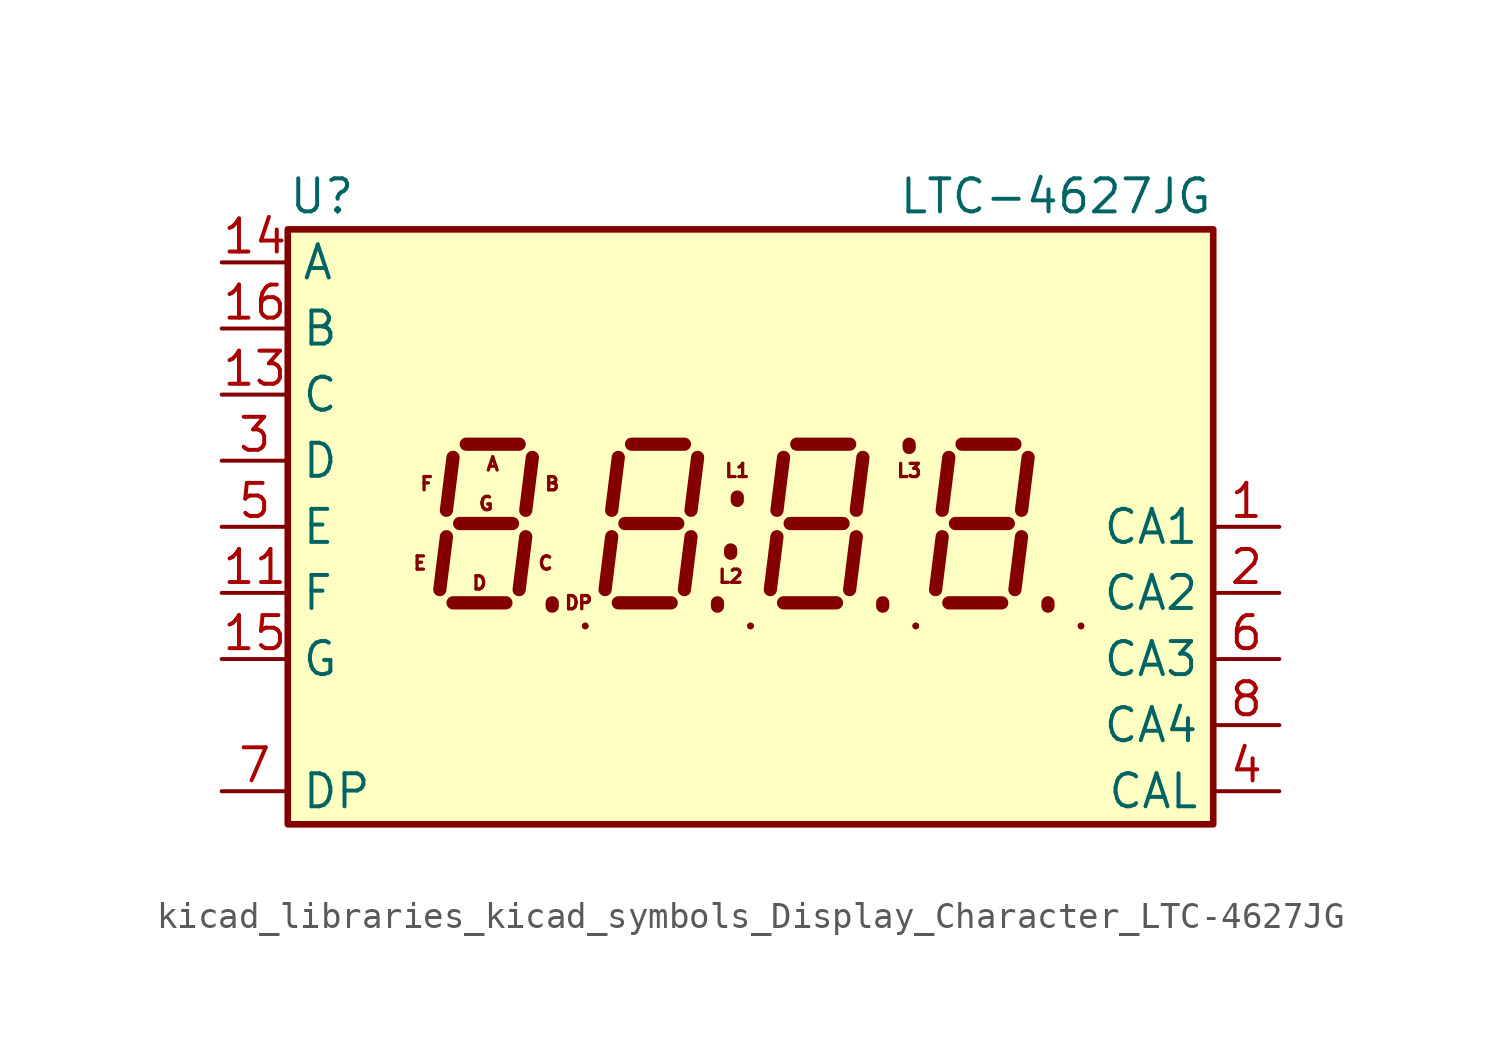
<source format=kicad_sym>
(kicad_symbol_lib
  (version 20220914)
  (generator kicad_symbol_editor)
  (symbol "kicad_libraries_kicad_symbols_Display_Character_LTC-4627JG"
    (property "Reference" "U"
      (at -17.78 12.7 0)
      (effects (font (size 1.27 1.27)) (justify left)))
    (property "Value" "LTC-4627JG"
      (at 17.78 12.7 0)
      (effects (font (size 1.27 1.27)) (justify right)))
    (symbol "kicad_libraries_kicad_symbols_Display_Character_LTC-4627JG_0_1"
      (rectangle (start -17.78 -11.43) (end 17.78 11.43) (stroke (width 0.254) (type default)) (fill (type background)))
      (rectangle (start -6.35 -3.81) (end -6.35 -3.81) (stroke (width 0.254) (type default)) (fill (type none)))
      (rectangle (start 0 -3.81) (end 0 -3.81) (stroke (width 0.254) (type default)) (fill (type none)))
      (polyline (pts (xy -6.35 -3.81) (xy -6.35 -3.81)) (stroke (width 0.254) (type default)) (fill (type none)))
      (polyline (pts (xy 0 -3.81) (xy 0 -3.81)) (stroke (width 0.254) (type default)) (fill (type none)))
      (polyline (pts (xy 6.35 -3.81) (xy 6.35 -3.81)) (stroke (width 0.254) (type default)) (fill (type none)))
      (polyline (pts (xy 12.7 -3.81) (xy 12.7 -3.81)) (stroke (width 0.254) (type default)) (fill (type none)))
      (rectangle (start 6.35 -3.81) (end 6.35 -3.81) (stroke (width 0.254) (type default)) (fill (type none)))
      (rectangle (start 12.7 -3.81) (end 12.7 -3.81) (stroke (width 0.254) (type default)) (fill (type none))))
    (symbol "kicad_libraries_kicad_symbols_Display_Character_LTC-4627JG_1_0"
      (text "A" (at -9.906 2.413 0) (effects (font (size 0.508 0.508))))
      (text "B" (at -7.62 1.651 0) (effects (font (size 0.508 0.508))))
      (text "C" (at -7.874 -1.397 0) (effects (font (size 0.508 0.508))))
      (text "D" (at -10.414 -2.159 0) (effects (font (size 0.508 0.508))))
      (text "DP" (at -6.604 -2.921 0) (effects (font (size 0.508 0.508))))
      (text "E" (at -12.7 -1.397 0) (effects (font (size 0.508 0.508))))
      (text "F" (at -12.446 1.651 0) (effects (font (size 0.508 0.508))))
      (text "G" (at -10.16 0.889 0) (effects (font (size 0.508 0.508))))
      (text "L1" (at -0.508 2.159 0) (effects (font (size 0.508 0.508))))
      (text "L2" (at -0.762 -1.905 0) (effects (font (size 0.508 0.508))))
      (text "L3" (at 6.096 2.159 0) (effects (font (size 0.508 0.508)))))
    (symbol "kicad_libraries_kicad_symbols_Display_Character_LTC-4627JG_1_1"
      (polyline (pts (xy -11.684 -0.381) (xy -11.938 -2.413)) (stroke (width 0.508) (type default)) (fill (type none)))
      (polyline (pts (xy -11.43 -2.921) (xy -9.398 -2.921)) (stroke (width 0.508) (type default)) (fill (type none)))
      (polyline (pts (xy -11.43 2.667) (xy -11.684 0.635)) (stroke (width 0.508) (type default)) (fill (type none)))
      (polyline (pts (xy -11.176 0.127) (xy -9.144 0.127)) (stroke (width 0.508) (type default)) (fill (type none)))
      (polyline (pts (xy -10.922 3.175) (xy -8.89 3.175)) (stroke (width 0.508) (type default)) (fill (type none)))
      (polyline (pts (xy -8.636 -0.381) (xy -8.89 -2.413)) (stroke (width 0.508) (type default)) (fill (type none)))
      (polyline (pts (xy -8.382 2.667) (xy -8.636 0.635)) (stroke (width 0.508) (type default)) (fill (type none)))
      (polyline (pts (xy -7.62 -3.048) (xy -7.62 -2.921)) (stroke (width 0.508) (type default)) (fill (type none)))
      (polyline (pts (xy -5.334 -0.381) (xy -5.588 -2.413)) (stroke (width 0.508) (type default)) (fill (type none)))
      (polyline (pts (xy -5.08 -2.921) (xy -3.048 -2.921)) (stroke (width 0.508) (type default)) (fill (type none)))
      (polyline (pts (xy -5.08 2.667) (xy -5.334 0.635)) (stroke (width 0.508) (type default)) (fill (type none)))
      (polyline (pts (xy -4.826 0.127) (xy -2.794 0.127)) (stroke (width 0.508) (type default)) (fill (type none)))
      (polyline (pts (xy -4.572 3.175) (xy -2.54 3.175)) (stroke (width 0.508) (type default)) (fill (type none)))
      (polyline (pts (xy -2.286 -0.381) (xy -2.54 -2.413)) (stroke (width 0.508) (type default)) (fill (type none)))
      (polyline (pts (xy -2.032 2.667) (xy -2.286 0.635)) (stroke (width 0.508) (type default)) (fill (type none)))
      (polyline (pts (xy -1.27 -3.048) (xy -1.27 -2.921)) (stroke (width 0.508) (type default)) (fill (type none)))
      (polyline (pts (xy -0.762 -1.016) (xy -0.762 -0.889)) (stroke (width 0.508) (type default)) (fill (type none)))
      (polyline (pts (xy -0.508 1.016) (xy -0.508 1.143)) (stroke (width 0.508) (type default)) (fill (type none)))
      (polyline (pts (xy 1.016 -0.381) (xy 0.762 -2.413)) (stroke (width 0.508) (type default)) (fill (type none)))
      (polyline (pts (xy 1.27 -2.921) (xy 3.302 -2.921)) (stroke (width 0.508) (type default)) (fill (type none)))
      (polyline (pts (xy 1.27 2.667) (xy 1.016 0.635)) (stroke (width 0.508) (type default)) (fill (type none)))
      (polyline (pts (xy 1.524 0.127) (xy 3.556 0.127)) (stroke (width 0.508) (type default)) (fill (type none)))
      (polyline (pts (xy 1.778 3.175) (xy 3.81 3.175)) (stroke (width 0.508) (type default)) (fill (type none)))
      (polyline (pts (xy 4.064 -0.381) (xy 3.81 -2.413)) (stroke (width 0.508) (type default)) (fill (type none)))
      (polyline (pts (xy 4.318 2.667) (xy 4.064 0.635)) (stroke (width 0.508) (type default)) (fill (type none)))
      (polyline (pts (xy 5.08 -3.048) (xy 5.08 -2.921)) (stroke (width 0.508) (type default)) (fill (type none)))
      (polyline (pts (xy 6.096 3.048) (xy 6.096 3.175)) (stroke (width 0.508) (type default)) (fill (type none)))
      (polyline (pts (xy 7.366 -0.381) (xy 7.112 -2.413)) (stroke (width 0.508) (type default)) (fill (type none)))
      (polyline (pts (xy 7.62 -2.921) (xy 9.652 -2.921)) (stroke (width 0.508) (type default)) (fill (type none)))
      (polyline (pts (xy 7.62 2.667) (xy 7.366 0.635)) (stroke (width 0.508) (type default)) (fill (type none)))
      (polyline (pts (xy 7.874 0.127) (xy 9.906 0.127)) (stroke (width 0.508) (type default)) (fill (type none)))
      (polyline (pts (xy 8.128 3.175) (xy 10.16 3.175)) (stroke (width 0.508) (type default)) (fill (type none)))
      (polyline (pts (xy 10.414 -0.381) (xy 10.16 -2.413)) (stroke (width 0.508) (type default)) (fill (type none)))
      (polyline (pts (xy 10.668 2.667) (xy 10.414 0.635)) (stroke (width 0.508) (type default)) (fill (type none)))
      (polyline (pts (xy 11.43 -3.048) (xy 11.43 -2.921)) (stroke (width 0.508) (type default)) (fill (type none)))
      (pin input line (at 20.32 0 180) (length 2.54) (name "CA1" (effects (font (size 1.27 1.27)))) (number "1" (effects (font (size 1.27 1.27)))))
      (pin input line (at -20.32 -2.54 0) (length 2.54) (name "F" (effects (font (size 1.27 1.27)))) (number "11" (effects (font (size 1.27 1.27)))))
      (pin input line (at -20.32 5.08 0) (length 2.54) (name "C" (effects (font (size 1.27 1.27)))) (number "13" (effects (font (size 1.27 1.27)))))
      (pin input line (at -20.32 10.16 0) (length 2.54) (name "A" (effects (font (size 1.27 1.27)))) (number "14" (effects (font (size 1.27 1.27)))))
      (pin input line (at -20.32 -5.08 0) (length 2.54) (name "G" (effects (font (size 1.27 1.27)))) (number "15" (effects (font (size 1.27 1.27)))))
      (pin input line (at -20.32 7.62 0) (length 2.54) (name "B" (effects (font (size 1.27 1.27)))) (number "16" (effects (font (size 1.27 1.27)))))
      (pin input line (at 20.32 -2.54 180) (length 2.54) (name "CA2" (effects (font (size 1.27 1.27)))) (number "2" (effects (font (size 1.27 1.27)))))
      (pin input line (at -20.32 2.54 0) (length 2.54) (name "D" (effects (font (size 1.27 1.27)))) (number "3" (effects (font (size 1.27 1.27)))))
      (pin input line (at 20.32 -10.16 180) (length 2.54) (name "CAL" (effects (font (size 1.27 1.27)))) (number "4" (effects (font (size 1.27 1.27)))))
      (pin input line (at -20.32 0 0) (length 2.54) (name "E" (effects (font (size 1.27 1.27)))) (number "5" (effects (font (size 1.27 1.27)))))
      (pin input line (at 20.32 -5.08 180) (length 2.54) (name "CA3" (effects (font (size 1.27 1.27)))) (number "6" (effects (font (size 1.27 1.27)))))
      (pin input line (at -20.32 -10.16 0) (length 2.54) (name "DP" (effects (font (size 1.27 1.27)))) (number "7" (effects (font (size 1.27 1.27)))))
      (pin input line (at 20.32 -7.62 180) (length 2.54) (name "CA4" (effects (font (size 1.27 1.27)))) (number "8" (effects (font (size 1.27 1.27)))))
      (pin no_connect line (at 17.78 7.62 180) (length 2.54) hide (name "NC" (effects (font (size 1.27 1.27)))) (number "9" (effects (font (size 1.27 1.27))))))))
</source>
